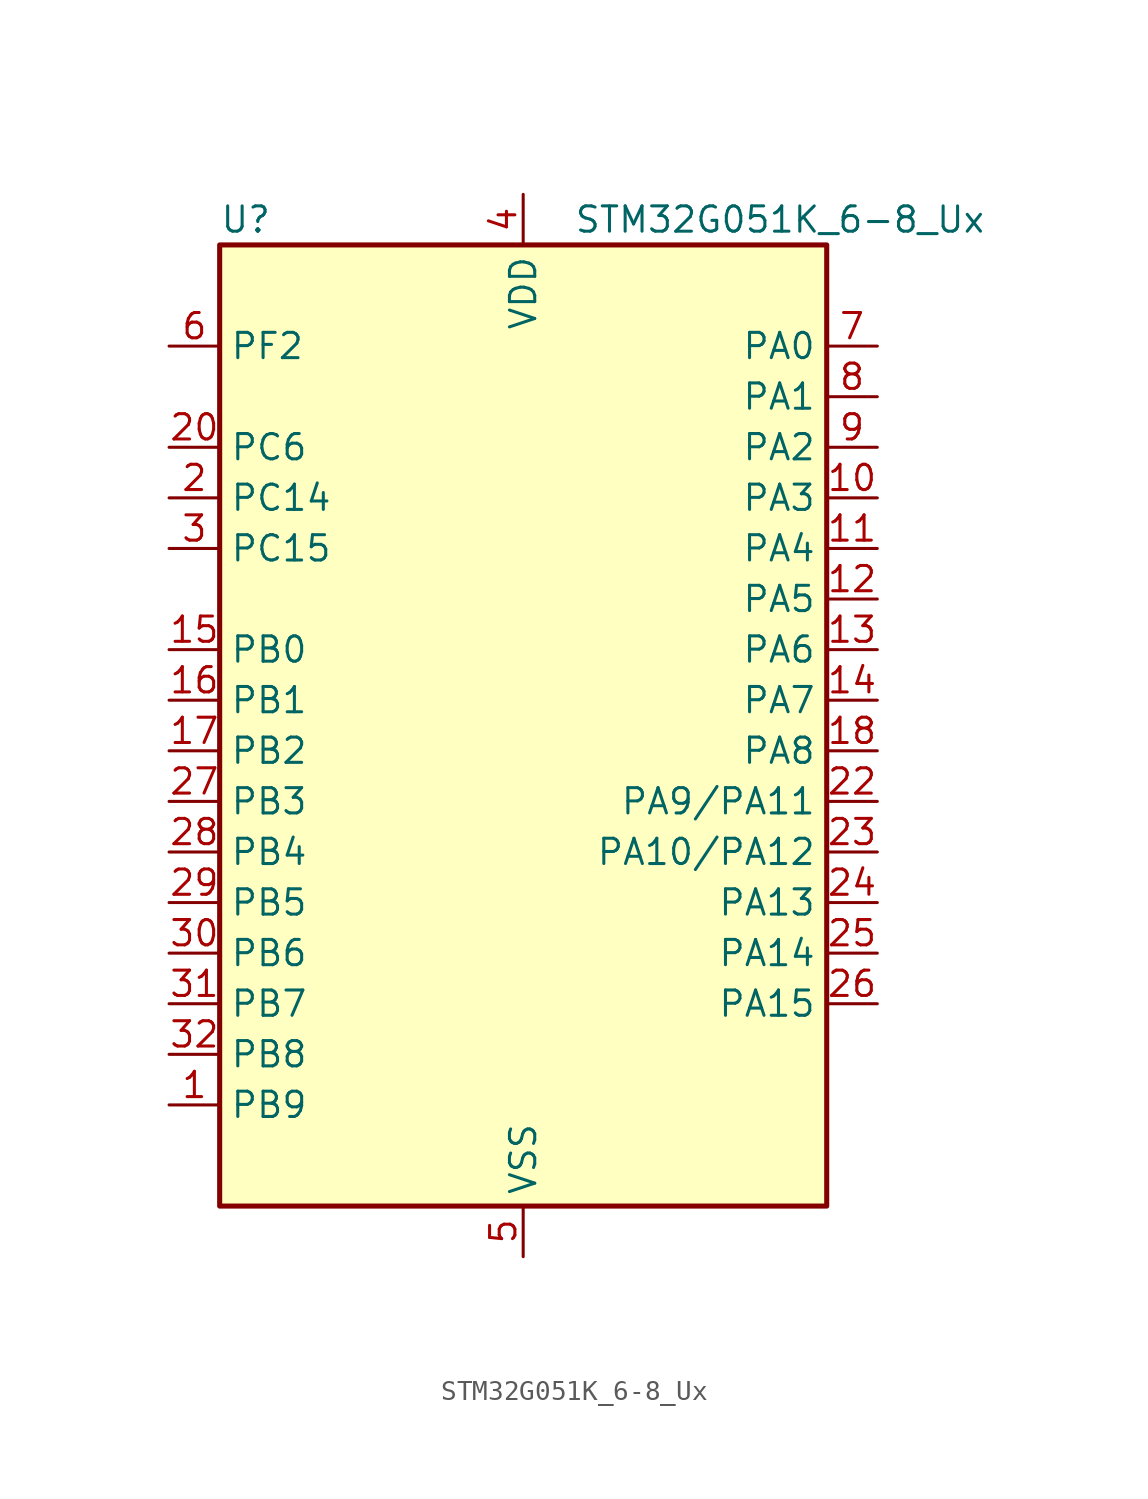
<source format=kicad_sym>
(kicad_symbol_lib
  (version 20231120)
  (generator "kicad-library-utils")
  (generator_version "8.0")
  (symbol "STM32G051K_6-8_Ux"
    (property "Reference" "U"
      (at -15.24 26.67 0)
      (effects (font (size 1.27 1.27)) (justify left)))
    (property "Value" "STM32G051K_6-8_Ux"
      (at 2.54 26.67 0)
      (effects (font (size 1.27 1.27)) (justify left)))
    (symbol "STM32G051K_6-8_Ux_0_1"
      (rectangle (start -15.24 -22.86) (end 15.24 25.4) (stroke (width 0.254) (type default)) (fill (type background))))
    (symbol "STM32G051K_6-8_Ux_1_1"
      (pin bidirectional line (at -17.78 -17.78 0) (length 2.54) (name "PB9" (effects (font (size 1.27 1.27)))) (number "1" (effects (font (size 1.27 1.27)))) (alternate "DAC1_EXTI9" bidirectional line) (alternate "I2C1_SDA" bidirectional line) (alternate "IR_OUT" bidirectional line) (alternate "SPI2_NSS" bidirectional line) (alternate "TIM17_CH1" bidirectional line))
      (pin bidirectional line (at 17.78 12.7 180) (length 2.54) (name "PA3" (effects (font (size 1.27 1.27)))) (number "10" (effects (font (size 1.27 1.27)))) (alternate "ADC1_IN3" bidirectional line) (alternate "COMP2_INP" bidirectional line) (alternate "LPUART1_RX" bidirectional line) (alternate "SPI2_MISO" bidirectional line) (alternate "TIM15_CH2" bidirectional line) (alternate "TIM2_CH4" bidirectional line) (alternate "USART2_RX" bidirectional line))
      (pin bidirectional line (at 17.78 10.16 180) (length 2.54) (name "PA4" (effects (font (size 1.27 1.27)))) (number "11" (effects (font (size 1.27 1.27)))) (alternate "ADC1_IN4" bidirectional line) (alternate "DAC1_OUT1" bidirectional line) (alternate "I2S1_WS" bidirectional line) (alternate "LPTIM2_OUT" bidirectional line) (alternate "RTC_OUT1" bidirectional line) (alternate "RTC_TAMP_IN1" bidirectional line) (alternate "RTC_TS" bidirectional line) (alternate "SPI1_NSS" bidirectional line) (alternate "SPI2_MOSI" bidirectional line) (alternate "SYS_WKUP2" bidirectional line) (alternate "TIM14_CH1" bidirectional line))
      (pin bidirectional line (at 17.78 7.62 180) (length 2.54) (name "PA5" (effects (font (size 1.27 1.27)))) (number "12" (effects (font (size 1.27 1.27)))) (alternate "ADC1_IN5" bidirectional line) (alternate "DAC1_OUT2" bidirectional line) (alternate "I2S1_CK" bidirectional line) (alternate "LPTIM2_ETR" bidirectional line) (alternate "SPI1_SCK" bidirectional line) (alternate "TIM2_CH1" bidirectional line) (alternate "TIM2_ETR" bidirectional line))
      (pin bidirectional line (at 17.78 5.08 180) (length 2.54) (name "PA6" (effects (font (size 1.27 1.27)))) (number "13" (effects (font (size 1.27 1.27)))) (alternate "ADC1_IN6" bidirectional line) (alternate "COMP1_OUT" bidirectional line) (alternate "I2S1_MCK" bidirectional line) (alternate "LPUART1_CTS" bidirectional line) (alternate "SPI1_MISO" bidirectional line) (alternate "TIM16_CH1" bidirectional line) (alternate "TIM1_BK" bidirectional line) (alternate "TIM3_CH1" bidirectional line))
      (pin bidirectional line (at 17.78 2.54 180) (length 2.54) (name "PA7" (effects (font (size 1.27 1.27)))) (number "14" (effects (font (size 1.27 1.27)))) (alternate "ADC1_IN7" bidirectional line) (alternate "COMP2_OUT" bidirectional line) (alternate "I2S1_SD" bidirectional line) (alternate "SPI1_MOSI" bidirectional line) (alternate "TIM14_CH1" bidirectional line) (alternate "TIM17_CH1" bidirectional line) (alternate "TIM1_CH1N" bidirectional line) (alternate "TIM3_CH2" bidirectional line))
      (pin bidirectional line (at -17.78 5.08 0) (length 2.54) (name "PB0" (effects (font (size 1.27 1.27)))) (number "15" (effects (font (size 1.27 1.27)))) (alternate "ADC1_IN8" bidirectional line) (alternate "COMP1_OUT" bidirectional line) (alternate "I2S1_WS" bidirectional line) (alternate "LPTIM1_OUT" bidirectional line) (alternate "SPI1_NSS" bidirectional line) (alternate "TIM1_CH2N" bidirectional line) (alternate "TIM3_CH3" bidirectional line))
      (pin bidirectional line (at -17.78 2.54 0) (length 2.54) (name "PB1" (effects (font (size 1.27 1.27)))) (number "16" (effects (font (size 1.27 1.27)))) (alternate "ADC1_IN9" bidirectional line) (alternate "COMP1_INM" bidirectional line) (alternate "LPTIM2_IN1" bidirectional line) (alternate "LPUART1_DE" bidirectional line) (alternate "LPUART1_RTS" bidirectional line) (alternate "TIM14_CH1" bidirectional line) (alternate "TIM1_CH3N" bidirectional line) (alternate "TIM3_CH4" bidirectional line))
      (pin bidirectional line (at -17.78 0 0) (length 2.54) (name "PB2" (effects (font (size 1.27 1.27)))) (number "17" (effects (font (size 1.27 1.27)))) (alternate "ADC1_IN10" bidirectional line) (alternate "COMP1_INP" bidirectional line) (alternate "LPTIM1_OUT" bidirectional line) (alternate "SPI2_MISO" bidirectional line))
      (pin bidirectional line (at 17.78 0 180) (length 2.54) (name "PA8" (effects (font (size 1.27 1.27)))) (number "18" (effects (font (size 1.27 1.27)))) (alternate "LPTIM2_OUT" bidirectional line) (alternate "RCC_MCO" bidirectional line) (alternate "SPI2_NSS" bidirectional line) (alternate "TIM1_CH1" bidirectional line))
      (pin no_connect line (at -15.24 -22.86 0) (length 2.54) hide (name "NC/PA9" (effects (font (size 1.27 1.27)))) (number "19" (effects (font (size 1.27 1.27)))) (alternate "NC" bidirectional line) (alternate "PA9" bidirectional line) (alternate "DAC1_EXTI9 (PA9)" bidirectional line) (alternate "I2C1_SCL (PA9)" bidirectional line) (alternate "RCC_MCO (PA9)" bidirectional line) (alternate "SPI2_MISO (PA9)" bidirectional line) (alternate "TIM15_BK (PA9)" bidirectional line) (alternate "TIM1_CH2 (PA9)" bidirectional line) (alternate "USART1_TX (PA9)" bidirectional line))
      (pin bidirectional line (at -17.78 12.7 0) (length 2.54) (name "PC14" (effects (font (size 1.27 1.27)))) (number "2" (effects (font (size 1.27 1.27)))) (alternate "RCC_OSC32_IN" bidirectional line) (alternate "RCC_OSC_IN" bidirectional line) (alternate "TIM1_BK2" bidirectional line))
      (pin bidirectional line (at -17.78 15.24 0) (length 2.54) (name "PC6" (effects (font (size 1.27 1.27)))) (number "20" (effects (font (size 1.27 1.27)))) (alternate "TIM2_CH3" bidirectional line) (alternate "TIM3_CH1" bidirectional line))
      (pin no_connect line (at -15.24 -20.32 0) (length 2.54) hide (name "NC/PA10" (effects (font (size 1.27 1.27)))) (number "21" (effects (font (size 1.27 1.27)))) (alternate "NC" bidirectional line) (alternate "PA10" bidirectional line) (alternate "I2C1_SDA (PA10)" bidirectional line) (alternate "SPI2_MOSI (PA10)" bidirectional line) (alternate "TIM17_BK (PA10)" bidirectional line) (alternate "TIM1_CH3 (PA10)" bidirectional line) (alternate "USART1_RX (PA10)" bidirectional line))
      (pin bidirectional line (at 17.78 -2.54 180) (length 2.54) (name "PA9/PA11" (effects (font (size 1.27 1.27)))) (number "22" (effects (font (size 1.27 1.27)))) (alternate "PA9" bidirectional line) (alternate "DAC1_EXTI9 (PA9)" bidirectional line) (alternate "I2C1_SCL (PA9)" bidirectional line) (alternate "RCC_MCO (PA9)" bidirectional line) (alternate "SPI2_MISO (PA9)" bidirectional line) (alternate "TIM15_BK (PA9)" bidirectional line) (alternate "TIM1_CH2 (PA9)" bidirectional line) (alternate "USART1_TX (PA9)" bidirectional line) (alternate "PA11" bidirectional line) (alternate "ADC1_EXTI11 (PA11)" bidirectional line) (alternate "ADC1_IN15 (PA11)" bidirectional line) (alternate "COMP1_OUT (PA11)" bidirectional line) (alternate "I2C2_SCL (PA11)" bidirectional line) (alternate "I2S1_MCK (PA11)" bidirectional line) (alternate "SPI1_MISO (PA11)" bidirectional line) (alternate "TIM1_BK2 (PA11)" bidirectional line) (alternate "TIM1_CH4 (PA11)" bidirectional line) (alternate "USART1_CTS (PA11)" bidirectional line) (alternate "USART1_NSS (PA11)" bidirectional line))
      (pin bidirectional line (at 17.78 -5.08 180) (length 2.54) (name "PA10/PA12" (effects (font (size 1.27 1.27)))) (number "23" (effects (font (size 1.27 1.27)))) (alternate "PA10" bidirectional line) (alternate "I2C1_SDA (PA10)" bidirectional line) (alternate "SPI2_MOSI (PA10)" bidirectional line) (alternate "TIM17_BK (PA10)" bidirectional line) (alternate "TIM1_CH3 (PA10)" bidirectional line) (alternate "USART1_RX (PA10)" bidirectional line) (alternate "PA12" bidirectional line) (alternate "ADC1_IN16 (PA12)" bidirectional line) (alternate "COMP2_OUT (PA12)" bidirectional line) (alternate "I2C2_SDA (PA12)" bidirectional line) (alternate "I2S1_SD (PA12)" bidirectional line) (alternate "I2S_CKIN (PA12)" bidirectional line) (alternate "SPI1_MOSI (PA12)" bidirectional line) (alternate "TIM1_ETR (PA12)" bidirectional line) (alternate "USART1_CK (PA12)" bidirectional line) (alternate "USART1_DE (PA12)" bidirectional line) (alternate "USART1_RTS (PA12)" bidirectional line))
      (pin bidirectional line (at 17.78 -7.62 180) (length 2.54) (name "PA13" (effects (font (size 1.27 1.27)))) (number "24" (effects (font (size 1.27 1.27)))) (alternate "ADC1_IN17" bidirectional line) (alternate "IR_OUT" bidirectional line) (alternate "SYS_SWDIO" bidirectional line))
      (pin bidirectional line (at 17.78 -10.16 180) (length 2.54) (name "PA14" (effects (font (size 1.27 1.27)))) (number "25" (effects (font (size 1.27 1.27)))) (alternate "ADC1_IN18" bidirectional line) (alternate "SYS_SWCLK" bidirectional line) (alternate "USART2_TX" bidirectional line))
      (pin bidirectional line (at 17.78 -12.7 180) (length 2.54) (name "PA15" (effects (font (size 1.27 1.27)))) (number "26" (effects (font (size 1.27 1.27)))) (alternate "I2S1_WS" bidirectional line) (alternate "SPI1_NSS" bidirectional line) (alternate "TIM2_CH1" bidirectional line) (alternate "TIM2_ETR" bidirectional line) (alternate "USART2_RX" bidirectional line))
      (pin bidirectional line (at -17.78 -2.54 0) (length 2.54) (name "PB3" (effects (font (size 1.27 1.27)))) (number "27" (effects (font (size 1.27 1.27)))) (alternate "COMP2_INM" bidirectional line) (alternate "I2S1_CK" bidirectional line) (alternate "SPI1_SCK" bidirectional line) (alternate "TIM1_CH2" bidirectional line) (alternate "TIM2_CH2" bidirectional line) (alternate "USART1_CK" bidirectional line) (alternate "USART1_DE" bidirectional line) (alternate "USART1_RTS" bidirectional line))
      (pin bidirectional line (at -17.78 -5.08 0) (length 2.54) (name "PB4" (effects (font (size 1.27 1.27)))) (number "28" (effects (font (size 1.27 1.27)))) (alternate "COMP2_INP" bidirectional line) (alternate "I2S1_MCK" bidirectional line) (alternate "SPI1_MISO" bidirectional line) (alternate "TIM17_BK" bidirectional line) (alternate "TIM3_CH1" bidirectional line) (alternate "USART1_CTS" bidirectional line) (alternate "USART1_NSS" bidirectional line))
      (pin bidirectional line (at -17.78 -7.62 0) (length 2.54) (name "PB5" (effects (font (size 1.27 1.27)))) (number "29" (effects (font (size 1.27 1.27)))) (alternate "COMP2_OUT" bidirectional line) (alternate "I2C1_SMBA" bidirectional line) (alternate "I2S1_SD" bidirectional line) (alternate "LPTIM1_IN1" bidirectional line) (alternate "SPI1_MOSI" bidirectional line) (alternate "SYS_WKUP6" bidirectional line) (alternate "TIM16_BK" bidirectional line) (alternate "TIM3_CH2" bidirectional line))
      (pin bidirectional line (at -17.78 10.16 0) (length 2.54) (name "PC15" (effects (font (size 1.27 1.27)))) (number "3" (effects (font (size 1.27 1.27)))) (alternate "RCC_OSC32_EN" bidirectional line) (alternate "RCC_OSC32_OUT" bidirectional line) (alternate "RCC_OSC_EN" bidirectional line) (alternate "TIM15_BK" bidirectional line))
      (pin bidirectional line (at -17.78 -10.16 0) (length 2.54) (name "PB6" (effects (font (size 1.27 1.27)))) (number "30" (effects (font (size 1.27 1.27)))) (alternate "COMP2_INP" bidirectional line) (alternate "I2C1_SCL" bidirectional line) (alternate "LPTIM1_ETR" bidirectional line) (alternate "SPI2_MISO" bidirectional line) (alternate "TIM16_CH1N" bidirectional line) (alternate "TIM1_CH3" bidirectional line) (alternate "USART1_TX" bidirectional line))
      (pin bidirectional line (at -17.78 -12.7 0) (length 2.54) (name "PB7" (effects (font (size 1.27 1.27)))) (number "31" (effects (font (size 1.27 1.27)))) (alternate "ADC1_IN11" bidirectional line) (alternate "COMP2_INM" bidirectional line) (alternate "I2C1_SDA" bidirectional line) (alternate "LPTIM1_IN2" bidirectional line) (alternate "SPI2_MOSI" bidirectional line) (alternate "SYS_PVD_IN" bidirectional line) (alternate "TIM17_CH1N" bidirectional line) (alternate "USART1_RX" bidirectional line))
      (pin bidirectional line (at -17.78 -15.24 0) (length 2.54) (name "PB8" (effects (font (size 1.27 1.27)))) (number "32" (effects (font (size 1.27 1.27)))) (alternate "I2C1_SCL" bidirectional line) (alternate "SPI2_SCK" bidirectional line) (alternate "TIM15_BK" bidirectional line) (alternate "TIM16_CH1" bidirectional line))
      (pin passive line (at 0 -25.4 90) (length 2.54) hide (name "VSS" (effects (font (size 1.27 1.27)))) (number "33" (effects (font (size 1.27 1.27)))))
      (pin power_in line (at 0 27.94 270) (length 2.54) (name "VDD" (effects (font (size 1.27 1.27)))) (number "4" (effects (font (size 1.27 1.27)))))
      (pin power_in line (at 0 -25.4 90) (length 2.54) (name "VSS" (effects (font (size 1.27 1.27)))) (number "5" (effects (font (size 1.27 1.27)))))
      (pin bidirectional line (at -17.78 20.32 0) (length 2.54) (name "PF2" (effects (font (size 1.27 1.27)))) (number "6" (effects (font (size 1.27 1.27)))) (alternate "RCC_MCO" bidirectional line))
      (pin bidirectional line (at 17.78 20.32 180) (length 2.54) (name "PA0" (effects (font (size 1.27 1.27)))) (number "7" (effects (font (size 1.27 1.27)))) (alternate "ADC1_IN0" bidirectional line) (alternate "COMP1_INM" bidirectional line) (alternate "COMP1_OUT" bidirectional line) (alternate "LPTIM1_OUT" bidirectional line) (alternate "RTC_TAMP_IN2" bidirectional line) (alternate "SPI2_SCK" bidirectional line) (alternate "SYS_WKUP1" bidirectional line) (alternate "TIM2_CH1" bidirectional line) (alternate "TIM2_ETR" bidirectional line) (alternate "USART2_CTS" bidirectional line) (alternate "USART2_NSS" bidirectional line))
      (pin bidirectional line (at 17.78 17.78 180) (length 2.54) (name "PA1" (effects (font (size 1.27 1.27)))) (number "8" (effects (font (size 1.27 1.27)))) (alternate "ADC1_IN1" bidirectional line) (alternate "COMP1_INP" bidirectional line) (alternate "I2C1_SMBA" bidirectional line) (alternate "I2S1_CK" bidirectional line) (alternate "SPI1_SCK" bidirectional line) (alternate "TIM15_CH1N" bidirectional line) (alternate "TIM2_CH2" bidirectional line) (alternate "USART2_CK" bidirectional line) (alternate "USART2_DE" bidirectional line) (alternate "USART2_RTS" bidirectional line))
      (pin bidirectional line (at 17.78 15.24 180) (length 2.54) (name "PA2" (effects (font (size 1.27 1.27)))) (number "9" (effects (font (size 1.27 1.27)))) (alternate "ADC1_IN2" bidirectional line) (alternate "COMP2_INM" bidirectional line) (alternate "COMP2_OUT" bidirectional line) (alternate "I2S1_SD" bidirectional line) (alternate "LPUART1_TX" bidirectional line) (alternate "RCC_LSCO" bidirectional line) (alternate "SPI1_MOSI" bidirectional line) (alternate "SYS_WKUP4" bidirectional line) (alternate "TIM15_CH1" bidirectional line) (alternate "TIM2_CH3" bidirectional line) (alternate "USART2_TX" bidirectional line)))))
</source>
